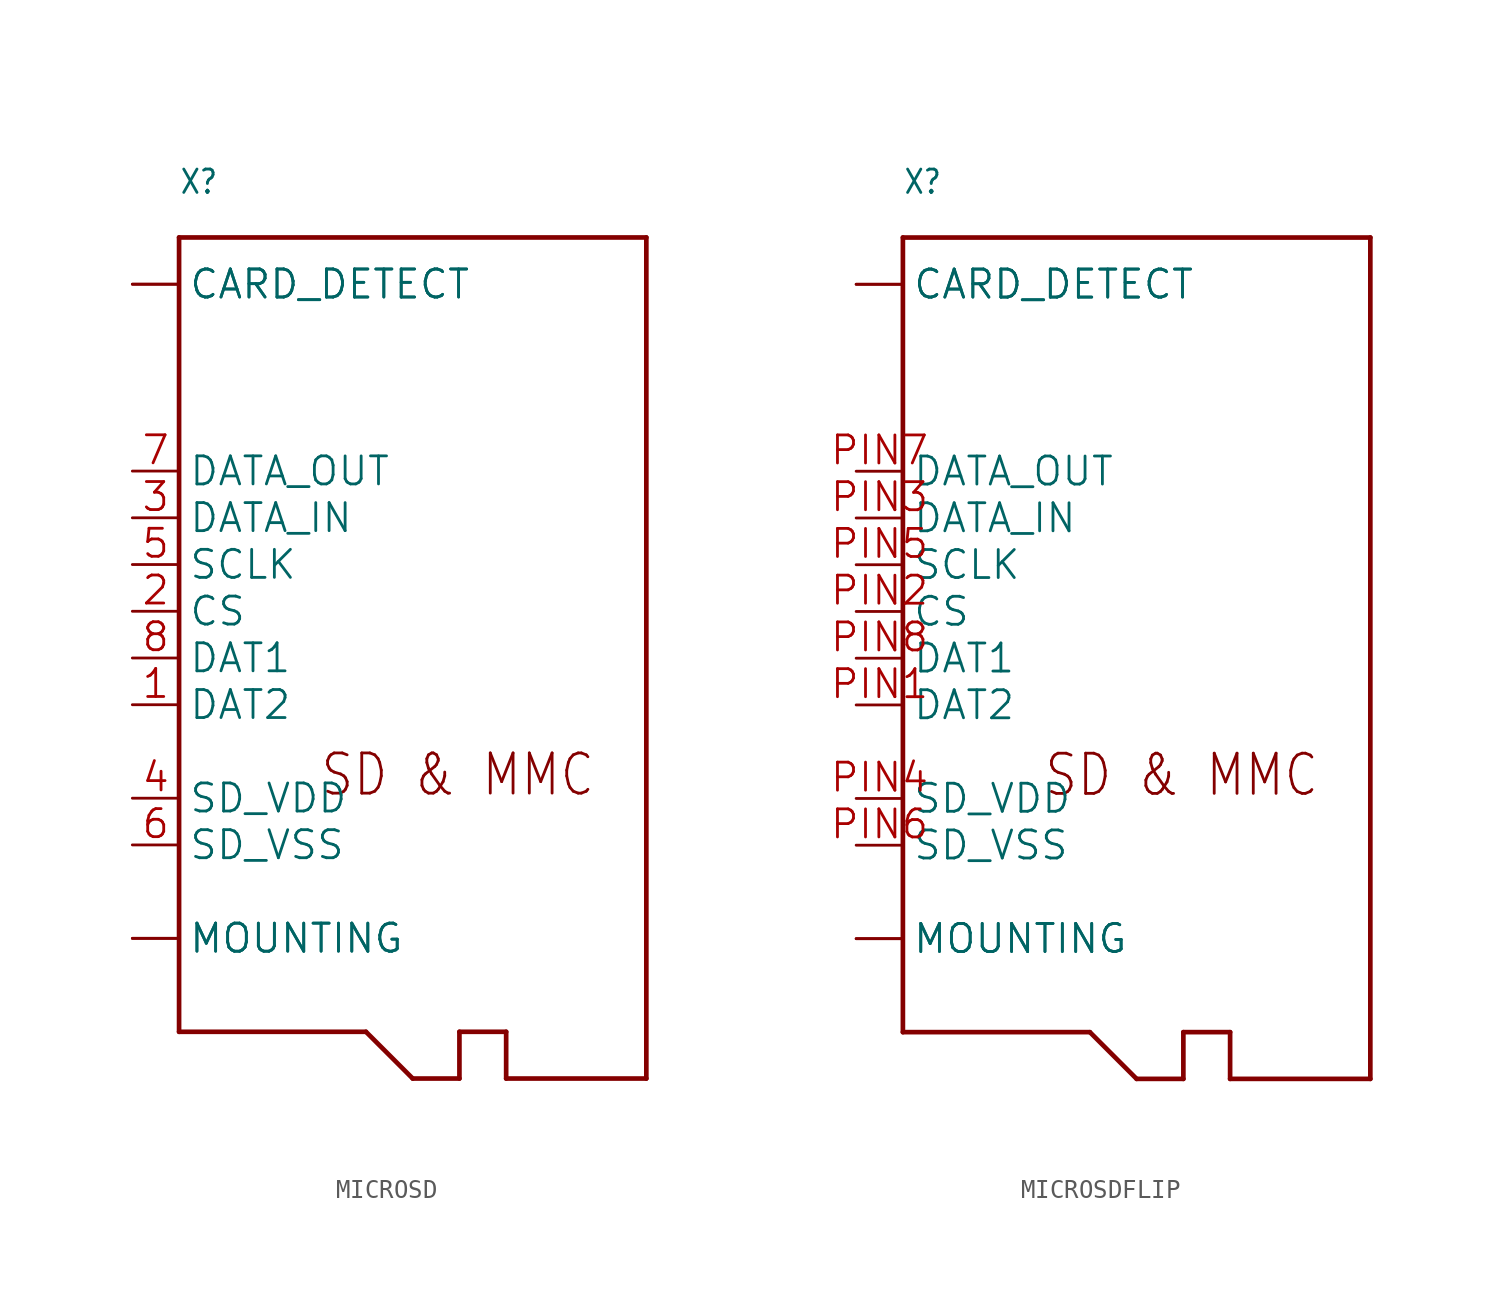
<source format=kicad_sym>
(kicad_symbol_lib
  (version 20241209)
  (generator "kicad_symbol_editor")
  (generator_version "9.0")
  (symbol "MICROSD"
    (property "Reference" "X"
      (at -12.7 22.606 0)
      (effects (font (size 1.27 1.079)) (justify left bottom)))
    (property "Value" ""
      (at -12.7 20.828 0)
      (effects (font (size 1.27 1.079)) (justify left bottom)))
    (property "ki_locked" ""
      (at 0 0 0)
      (effects (font (size 1.27 1.27))))
    (symbol "MICROSD_1_0"
      (polyline (pts (xy -12.7 20.32) (xy -12.7 -22.86)) (stroke (width 0.254) (type solid)) (fill (type none)))
      (polyline (pts (xy -12.7 -22.86) (xy -2.54 -22.86)) (stroke (width 0.254) (type solid)) (fill (type none)))
      (polyline (pts (xy -2.54 -22.86) (xy 0 -25.4)) (stroke (width 0.254) (type solid)) (fill (type none)))
      (polyline (pts (xy 0 -25.4) (xy 2.54 -25.4)) (stroke (width 0.254) (type solid)) (fill (type none)))
      (polyline (pts (xy 2.54 -22.86) (xy 5.08 -22.86)) (stroke (width 0.254) (type solid)) (fill (type none)))
      (polyline (pts (xy 2.54 -25.4) (xy 2.54 -22.86)) (stroke (width 0.254) (type solid)) (fill (type none)))
      (polyline (pts (xy 5.08 -22.86) (xy 5.08 -25.4)) (stroke (width 0.254) (type solid)) (fill (type none)))
      (polyline (pts (xy 5.08 -25.4) (xy 12.7 -25.4)) (stroke (width 0.254) (type solid)) (fill (type none)))
      (polyline (pts (xy 12.7 20.32) (xy -12.7 20.32)) (stroke (width 0.254) (type solid)) (fill (type none)))
      (polyline (pts (xy 12.7 -25.4) (xy 12.7 20.32)) (stroke (width 0.254) (type solid)) (fill (type none)))
      (text "SD & MMC" (at -5.08 -10.16 0) (effects (font (size 2.184 1.857)) (justify left bottom)))
      (pin passive line (at -15.24 17.78 0) (length 2.54) (name "CARD_DETECT" (effects (font (size 1.524 1.524)))) (number "CD1" (effects (font (size 0 0)))))
      (pin passive line (at -15.24 17.78 0) (length 2.54) (name "CARD_DETECT" (effects (font (size 1.524 1.524)))) (number "CD2" (effects (font (size 0 0)))))
      (pin output line (at -15.24 7.62 0) (length 2.54) (name "DATA_OUT" (effects (font (size 1.524 1.524)))) (number "7" (effects (font (size 1.524 1.524)))))
      (pin input line (at -15.24 5.08 0) (length 2.54) (name "DATA_IN" (effects (font (size 1.524 1.524)))) (number "3" (effects (font (size 1.524 1.524)))))
      (pin input line (at -15.24 2.54 0) (length 2.54) (name "SCLK" (effects (font (size 1.524 1.524)))) (number "5" (effects (font (size 1.524 1.524)))))
      (pin input line (at -15.24 0 0) (length 2.54) (name "CS" (effects (font (size 1.524 1.524)))) (number "2" (effects (font (size 1.524 1.524)))))
      (pin bidirectional line (at -15.24 -2.54 0) (length 2.54) (name "DAT1" (effects (font (size 1.524 1.524)))) (number "8" (effects (font (size 1.524 1.524)))))
      (pin bidirectional line (at -15.24 -5.08 0) (length 2.54) (name "DAT2" (effects (font (size 1.524 1.524)))) (number "1" (effects (font (size 1.524 1.524)))))
      (pin power_in line (at -15.24 -10.16 0) (length 2.54) (name "SD_VDD" (effects (font (size 1.524 1.524)))) (number "4" (effects (font (size 1.524 1.524)))))
      (pin power_in line (at -15.24 -12.7 0) (length 2.54) (name "SD_VSS" (effects (font (size 1.524 1.524)))) (number "6" (effects (font (size 1.524 1.524)))))
      (pin passive line (at -15.24 -17.78 0) (length 2.54) (name "MOUNTING" (effects (font (size 1.524 1.524)))) (number "MT1" (effects (font (size 0 0)))))
      (pin passive line (at -15.24 -17.78 0) (length 2.54) (name "MOUNTING" (effects (font (size 1.524 1.524)))) (number "MT2" (effects (font (size 0 0)))))))
  (symbol "MICROSDFLIP"
    (property "Reference" "X"
      (at -12.7 22.606 0)
      (effects (font (size 1.27 1.079)) (justify left bottom)))
    (property "Value" ""
      (at -12.7 20.828 0)
      (effects (font (size 1.27 1.079)) (justify left bottom)))
    (property "ki_locked" ""
      (at 0 0 0)
      (effects (font (size 1.27 1.27))))
    (symbol "MICROSDFLIP_1_0"
      (polyline (pts (xy -12.7 20.32) (xy -12.7 -22.86)) (stroke (width 0.254) (type solid)) (fill (type none)))
      (polyline (pts (xy -12.7 -22.86) (xy -2.54 -22.86)) (stroke (width 0.254) (type solid)) (fill (type none)))
      (polyline (pts (xy -2.54 -22.86) (xy 0 -25.4)) (stroke (width 0.254) (type solid)) (fill (type none)))
      (polyline (pts (xy 0 -25.4) (xy 2.54 -25.4)) (stroke (width 0.254) (type solid)) (fill (type none)))
      (polyline (pts (xy 2.54 -22.86) (xy 5.08 -22.86)) (stroke (width 0.254) (type solid)) (fill (type none)))
      (polyline (pts (xy 2.54 -25.4) (xy 2.54 -22.86)) (stroke (width 0.254) (type solid)) (fill (type none)))
      (polyline (pts (xy 5.08 -22.86) (xy 5.08 -25.4)) (stroke (width 0.254) (type solid)) (fill (type none)))
      (polyline (pts (xy 5.08 -25.4) (xy 12.7 -25.4)) (stroke (width 0.254) (type solid)) (fill (type none)))
      (polyline (pts (xy 12.7 20.32) (xy -12.7 20.32)) (stroke (width 0.254) (type solid)) (fill (type none)))
      (polyline (pts (xy 12.7 -25.4) (xy 12.7 20.32)) (stroke (width 0.254) (type solid)) (fill (type none)))
      (text "SD & MMC" (at -5.08 -10.16 0) (effects (font (size 2.184 1.857)) (justify left bottom)))
      (pin passive line (at -15.24 17.78 0) (length 2.54) (name "CARD_DETECT" (effects (font (size 1.524 1.524)))) (number "P$10" (effects (font (size 0 0)))))
      (pin passive line (at -15.24 17.78 0) (length 2.54) (name "CARD_DETECT" (effects (font (size 1.524 1.524)))) (number "P$9" (effects (font (size 0 0)))))
      (pin output line (at -15.24 7.62 0) (length 2.54) (name "DATA_OUT" (effects (font (size 1.524 1.524)))) (number "PIN7" (effects (font (size 1.524 1.524)))))
      (pin input line (at -15.24 5.08 0) (length 2.54) (name "DATA_IN" (effects (font (size 1.524 1.524)))) (number "PIN3" (effects (font (size 1.524 1.524)))))
      (pin input line (at -15.24 2.54 0) (length 2.54) (name "SCLK" (effects (font (size 1.524 1.524)))) (number "PIN5" (effects (font (size 1.524 1.524)))))
      (pin input line (at -15.24 0 0) (length 2.54) (name "CS" (effects (font (size 1.524 1.524)))) (number "PIN2" (effects (font (size 1.524 1.524)))))
      (pin bidirectional line (at -15.24 -2.54 0) (length 2.54) (name "DAT1" (effects (font (size 1.524 1.524)))) (number "PIN8" (effects (font (size 1.524 1.524)))))
      (pin bidirectional line (at -15.24 -5.08 0) (length 2.54) (name "DAT2" (effects (font (size 1.524 1.524)))) (number "PIN1" (effects (font (size 1.524 1.524)))))
      (pin power_in line (at -15.24 -10.16 0) (length 2.54) (name "SD_VDD" (effects (font (size 1.524 1.524)))) (number "PIN4" (effects (font (size 1.524 1.524)))))
      (pin power_in line (at -15.24 -12.7 0) (length 2.54) (name "SD_VSS" (effects (font (size 1.524 1.524)))) (number "PIN6" (effects (font (size 1.524 1.524)))))
      (pin passive line (at -15.24 -17.78 0) (length 2.54) (name "MOUNTING" (effects (font (size 1.524 1.524)))) (number "P$11" (effects (font (size 0 0)))))
      (pin passive line (at -15.24 -17.78 0) (length 2.54) (name "MOUNTING" (effects (font (size 1.524 1.524)))) (number "P$12" (effects (font (size 0 0))))))))
</source>
